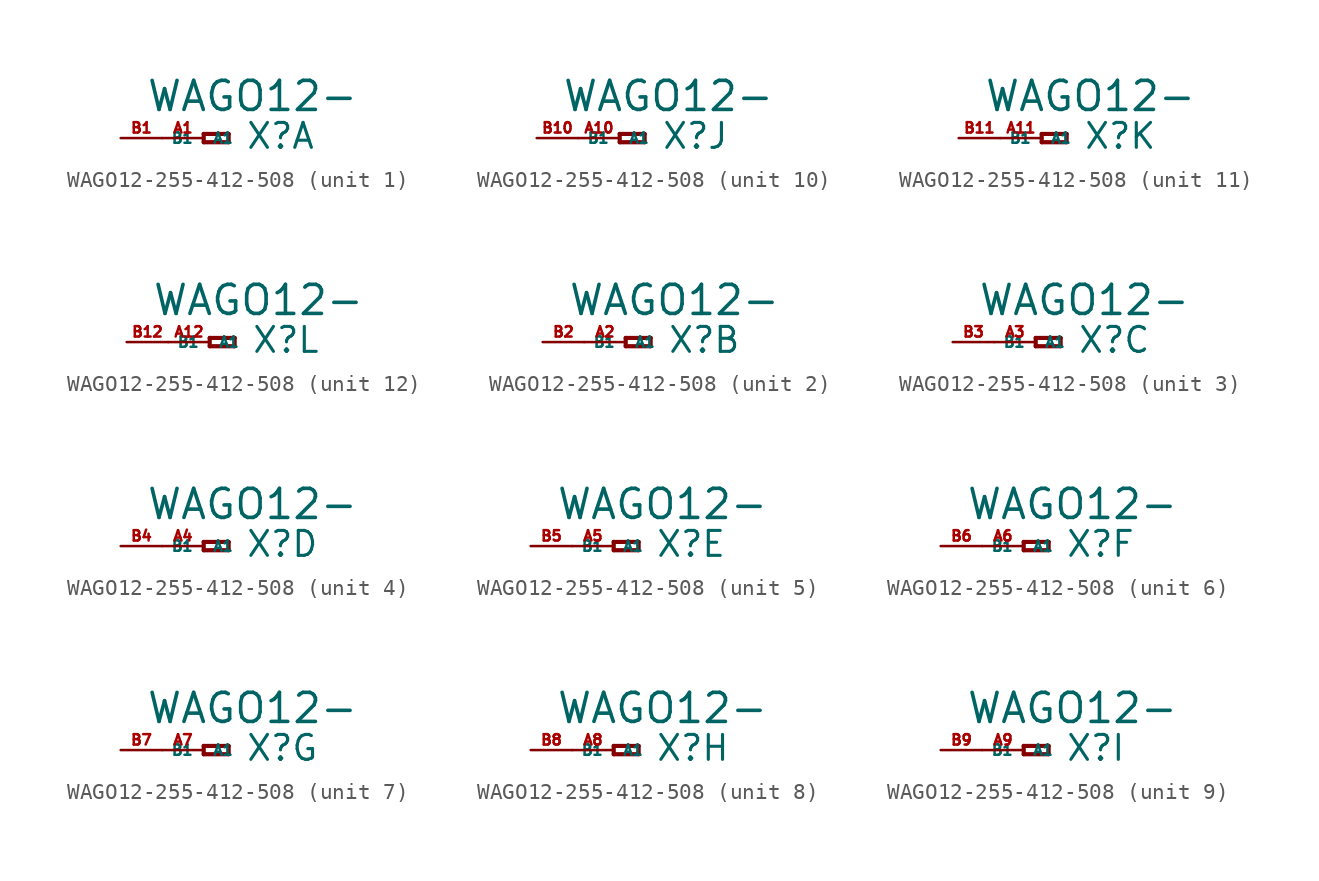
<source format=kicad_sym>
(kicad_symbol_lib
  (version 20220914)
  (generator Eagle2Kicad)
  (symbol "WAGO12-255-412-508"
    (property "Reference" "X"
      (at 2.54 -0.762 0)
      (effects (font (size 1.524 1.524) (thickness 0.19)) (justify left bottom)))
    (property "Value" "WAGO12-"
      (at -3.556 1.524 0)
      (effects (font (size 1.778 1.778) (thickness 0.22)) (justify left bottom)))
    (symbol "WAGO12-255-412-508_1_0"
      (polyline (pts (xy 0 0.254) (xy 0 -0.254)) (stroke (width 0.254) (type default)) (fill (type none)))
      (polyline (pts (xy 0 -0.254) (xy 1.524 -0.254)) (stroke (width 0.254) (type default)) (fill (type none)))
      (polyline (pts (xy 1.524 -0.254) (xy 1.524 0.254)) (stroke (width 0.254) (type default)) (fill (type none)))
      (polyline (pts (xy 1.524 0.254) (xy 0 0.254)) (stroke (width 0.254) (type default)) (fill (type none)))
      (pin passive line (at -2.54 0 0) (length 2.54) (name "A1" (effects (font (size 0.635 0.635) (thickness 0.08)) (justify left bottom))) (number "A1" (effects (font (size 0.635 0.635) (thickness 0.08)) (justify left bottom))))
      (pin passive line (at -5.08 0 0) (length 2.54) (name "B1" (effects (font (size 0.635 0.635) (thickness 0.08)) (justify left bottom))) (number "B1" (effects (font (size 0.635 0.635) (thickness 0.08)) (justify left bottom)))))
    (symbol "WAGO12-255-412-508_2_0"
      (polyline (pts (xy 0 0.254) (xy 0 -0.254)) (stroke (width 0.254) (type default)) (fill (type none)))
      (polyline (pts (xy 0 -0.254) (xy 1.524 -0.254)) (stroke (width 0.254) (type default)) (fill (type none)))
      (polyline (pts (xy 1.524 -0.254) (xy 1.524 0.254)) (stroke (width 0.254) (type default)) (fill (type none)))
      (polyline (pts (xy 1.524 0.254) (xy 0 0.254)) (stroke (width 0.254) (type default)) (fill (type none)))
      (pin passive line (at -2.54 0 0) (length 2.54) (name "A1" (effects (font (size 0.635 0.635) (thickness 0.08)) (justify left bottom))) (number "A2" (effects (font (size 0.635 0.635) (thickness 0.08)) (justify left bottom))))
      (pin passive line (at -5.08 0 0) (length 2.54) (name "B1" (effects (font (size 0.635 0.635) (thickness 0.08)) (justify left bottom))) (number "B2" (effects (font (size 0.635 0.635) (thickness 0.08)) (justify left bottom)))))
    (symbol "WAGO12-255-412-508_3_0"
      (polyline (pts (xy 0 0.254) (xy 0 -0.254)) (stroke (width 0.254) (type default)) (fill (type none)))
      (polyline (pts (xy 0 -0.254) (xy 1.524 -0.254)) (stroke (width 0.254) (type default)) (fill (type none)))
      (polyline (pts (xy 1.524 -0.254) (xy 1.524 0.254)) (stroke (width 0.254) (type default)) (fill (type none)))
      (polyline (pts (xy 1.524 0.254) (xy 0 0.254)) (stroke (width 0.254) (type default)) (fill (type none)))
      (pin passive line (at -2.54 0 0) (length 2.54) (name "A1" (effects (font (size 0.635 0.635) (thickness 0.08)) (justify left bottom))) (number "A3" (effects (font (size 0.635 0.635) (thickness 0.08)) (justify left bottom))))
      (pin passive line (at -5.08 0 0) (length 2.54) (name "B1" (effects (font (size 0.635 0.635) (thickness 0.08)) (justify left bottom))) (number "B3" (effects (font (size 0.635 0.635) (thickness 0.08)) (justify left bottom)))))
    (symbol "WAGO12-255-412-508_4_0"
      (polyline (pts (xy 0 0.254) (xy 0 -0.254)) (stroke (width 0.254) (type default)) (fill (type none)))
      (polyline (pts (xy 0 -0.254) (xy 1.524 -0.254)) (stroke (width 0.254) (type default)) (fill (type none)))
      (polyline (pts (xy 1.524 -0.254) (xy 1.524 0.254)) (stroke (width 0.254) (type default)) (fill (type none)))
      (polyline (pts (xy 1.524 0.254) (xy 0 0.254)) (stroke (width 0.254) (type default)) (fill (type none)))
      (pin passive line (at -2.54 0 0) (length 2.54) (name "A1" (effects (font (size 0.635 0.635) (thickness 0.08)) (justify left bottom))) (number "A4" (effects (font (size 0.635 0.635) (thickness 0.08)) (justify left bottom))))
      (pin passive line (at -5.08 0 0) (length 2.54) (name "B1" (effects (font (size 0.635 0.635) (thickness 0.08)) (justify left bottom))) (number "B4" (effects (font (size 0.635 0.635) (thickness 0.08)) (justify left bottom)))))
    (symbol "WAGO12-255-412-508_5_0"
      (polyline (pts (xy 0 0.254) (xy 0 -0.254)) (stroke (width 0.254) (type default)) (fill (type none)))
      (polyline (pts (xy 0 -0.254) (xy 1.524 -0.254)) (stroke (width 0.254) (type default)) (fill (type none)))
      (polyline (pts (xy 1.524 -0.254) (xy 1.524 0.254)) (stroke (width 0.254) (type default)) (fill (type none)))
      (polyline (pts (xy 1.524 0.254) (xy 0 0.254)) (stroke (width 0.254) (type default)) (fill (type none)))
      (pin passive line (at -2.54 0 0) (length 2.54) (name "A1" (effects (font (size 0.635 0.635) (thickness 0.08)) (justify left bottom))) (number "A5" (effects (font (size 0.635 0.635) (thickness 0.08)) (justify left bottom))))
      (pin passive line (at -5.08 0 0) (length 2.54) (name "B1" (effects (font (size 0.635 0.635) (thickness 0.08)) (justify left bottom))) (number "B5" (effects (font (size 0.635 0.635) (thickness 0.08)) (justify left bottom)))))
    (symbol "WAGO12-255-412-508_6_0"
      (polyline (pts (xy 0 0.254) (xy 0 -0.254)) (stroke (width 0.254) (type default)) (fill (type none)))
      (polyline (pts (xy 0 -0.254) (xy 1.524 -0.254)) (stroke (width 0.254) (type default)) (fill (type none)))
      (polyline (pts (xy 1.524 -0.254) (xy 1.524 0.254)) (stroke (width 0.254) (type default)) (fill (type none)))
      (polyline (pts (xy 1.524 0.254) (xy 0 0.254)) (stroke (width 0.254) (type default)) (fill (type none)))
      (pin passive line (at -2.54 0 0) (length 2.54) (name "A1" (effects (font (size 0.635 0.635) (thickness 0.08)) (justify left bottom))) (number "A6" (effects (font (size 0.635 0.635) (thickness 0.08)) (justify left bottom))))
      (pin passive line (at -5.08 0 0) (length 2.54) (name "B1" (effects (font (size 0.635 0.635) (thickness 0.08)) (justify left bottom))) (number "B6" (effects (font (size 0.635 0.635) (thickness 0.08)) (justify left bottom)))))
    (symbol "WAGO12-255-412-508_7_0"
      (polyline (pts (xy 0 0.254) (xy 0 -0.254)) (stroke (width 0.254) (type default)) (fill (type none)))
      (polyline (pts (xy 0 -0.254) (xy 1.524 -0.254)) (stroke (width 0.254) (type default)) (fill (type none)))
      (polyline (pts (xy 1.524 -0.254) (xy 1.524 0.254)) (stroke (width 0.254) (type default)) (fill (type none)))
      (polyline (pts (xy 1.524 0.254) (xy 0 0.254)) (stroke (width 0.254) (type default)) (fill (type none)))
      (pin passive line (at -2.54 0 0) (length 2.54) (name "A1" (effects (font (size 0.635 0.635) (thickness 0.08)) (justify left bottom))) (number "A7" (effects (font (size 0.635 0.635) (thickness 0.08)) (justify left bottom))))
      (pin passive line (at -5.08 0 0) (length 2.54) (name "B1" (effects (font (size 0.635 0.635) (thickness 0.08)) (justify left bottom))) (number "B7" (effects (font (size 0.635 0.635) (thickness 0.08)) (justify left bottom)))))
    (symbol "WAGO12-255-412-508_8_0"
      (polyline (pts (xy 0 0.254) (xy 0 -0.254)) (stroke (width 0.254) (type default)) (fill (type none)))
      (polyline (pts (xy 0 -0.254) (xy 1.524 -0.254)) (stroke (width 0.254) (type default)) (fill (type none)))
      (polyline (pts (xy 1.524 -0.254) (xy 1.524 0.254)) (stroke (width 0.254) (type default)) (fill (type none)))
      (polyline (pts (xy 1.524 0.254) (xy 0 0.254)) (stroke (width 0.254) (type default)) (fill (type none)))
      (pin passive line (at -2.54 0 0) (length 2.54) (name "A1" (effects (font (size 0.635 0.635) (thickness 0.08)) (justify left bottom))) (number "A8" (effects (font (size 0.635 0.635) (thickness 0.08)) (justify left bottom))))
      (pin passive line (at -5.08 0 0) (length 2.54) (name "B1" (effects (font (size 0.635 0.635) (thickness 0.08)) (justify left bottom))) (number "B8" (effects (font (size 0.635 0.635) (thickness 0.08)) (justify left bottom)))))
    (symbol "WAGO12-255-412-508_9_0"
      (polyline (pts (xy 0 0.254) (xy 0 -0.254)) (stroke (width 0.254) (type default)) (fill (type none)))
      (polyline (pts (xy 0 -0.254) (xy 1.524 -0.254)) (stroke (width 0.254) (type default)) (fill (type none)))
      (polyline (pts (xy 1.524 -0.254) (xy 1.524 0.254)) (stroke (width 0.254) (type default)) (fill (type none)))
      (polyline (pts (xy 1.524 0.254) (xy 0 0.254)) (stroke (width 0.254) (type default)) (fill (type none)))
      (pin passive line (at -2.54 0 0) (length 2.54) (name "A1" (effects (font (size 0.635 0.635) (thickness 0.08)) (justify left bottom))) (number "A9" (effects (font (size 0.635 0.635) (thickness 0.08)) (justify left bottom))))
      (pin passive line (at -5.08 0 0) (length 2.54) (name "B1" (effects (font (size 0.635 0.635) (thickness 0.08)) (justify left bottom))) (number "B9" (effects (font (size 0.635 0.635) (thickness 0.08)) (justify left bottom)))))
    (symbol "WAGO12-255-412-508_10_0"
      (polyline (pts (xy 0 0.254) (xy 0 -0.254)) (stroke (width 0.254) (type default)) (fill (type none)))
      (polyline (pts (xy 0 -0.254) (xy 1.524 -0.254)) (stroke (width 0.254) (type default)) (fill (type none)))
      (polyline (pts (xy 1.524 -0.254) (xy 1.524 0.254)) (stroke (width 0.254) (type default)) (fill (type none)))
      (polyline (pts (xy 1.524 0.254) (xy 0 0.254)) (stroke (width 0.254) (type default)) (fill (type none)))
      (pin passive line (at -2.54 0 0) (length 2.54) (name "A1" (effects (font (size 0.635 0.635) (thickness 0.08)) (justify left bottom))) (number "A10" (effects (font (size 0.635 0.635) (thickness 0.08)) (justify left bottom))))
      (pin passive line (at -5.08 0 0) (length 2.54) (name "B1" (effects (font (size 0.635 0.635) (thickness 0.08)) (justify left bottom))) (number "B10" (effects (font (size 0.635 0.635) (thickness 0.08)) (justify left bottom)))))
    (symbol "WAGO12-255-412-508_11_0"
      (polyline (pts (xy 0 0.254) (xy 0 -0.254)) (stroke (width 0.254) (type default)) (fill (type none)))
      (polyline (pts (xy 0 -0.254) (xy 1.524 -0.254)) (stroke (width 0.254) (type default)) (fill (type none)))
      (polyline (pts (xy 1.524 -0.254) (xy 1.524 0.254)) (stroke (width 0.254) (type default)) (fill (type none)))
      (polyline (pts (xy 1.524 0.254) (xy 0 0.254)) (stroke (width 0.254) (type default)) (fill (type none)))
      (pin passive line (at -2.54 0 0) (length 2.54) (name "A1" (effects (font (size 0.635 0.635) (thickness 0.08)) (justify left bottom))) (number "A11" (effects (font (size 0.635 0.635) (thickness 0.08)) (justify left bottom))))
      (pin passive line (at -5.08 0 0) (length 2.54) (name "B1" (effects (font (size 0.635 0.635) (thickness 0.08)) (justify left bottom))) (number "B11" (effects (font (size 0.635 0.635) (thickness 0.08)) (justify left bottom)))))
    (symbol "WAGO12-255-412-508_12_0"
      (polyline (pts (xy 0 0.254) (xy 0 -0.254)) (stroke (width 0.254) (type default)) (fill (type none)))
      (polyline (pts (xy 0 -0.254) (xy 1.524 -0.254)) (stroke (width 0.254) (type default)) (fill (type none)))
      (polyline (pts (xy 1.524 -0.254) (xy 1.524 0.254)) (stroke (width 0.254) (type default)) (fill (type none)))
      (polyline (pts (xy 1.524 0.254) (xy 0 0.254)) (stroke (width 0.254) (type default)) (fill (type none)))
      (pin passive line (at -2.54 0 0) (length 2.54) (name "A1" (effects (font (size 0.635 0.635) (thickness 0.08)) (justify left bottom))) (number "A12" (effects (font (size 0.635 0.635) (thickness 0.08)) (justify left bottom))))
      (pin passive line (at -5.08 0 0) (length 2.54) (name "B1" (effects (font (size 0.635 0.635) (thickness 0.08)) (justify left bottom))) (number "B12" (effects (font (size 0.635 0.635) (thickness 0.08)) (justify left bottom)))))))
</source>
